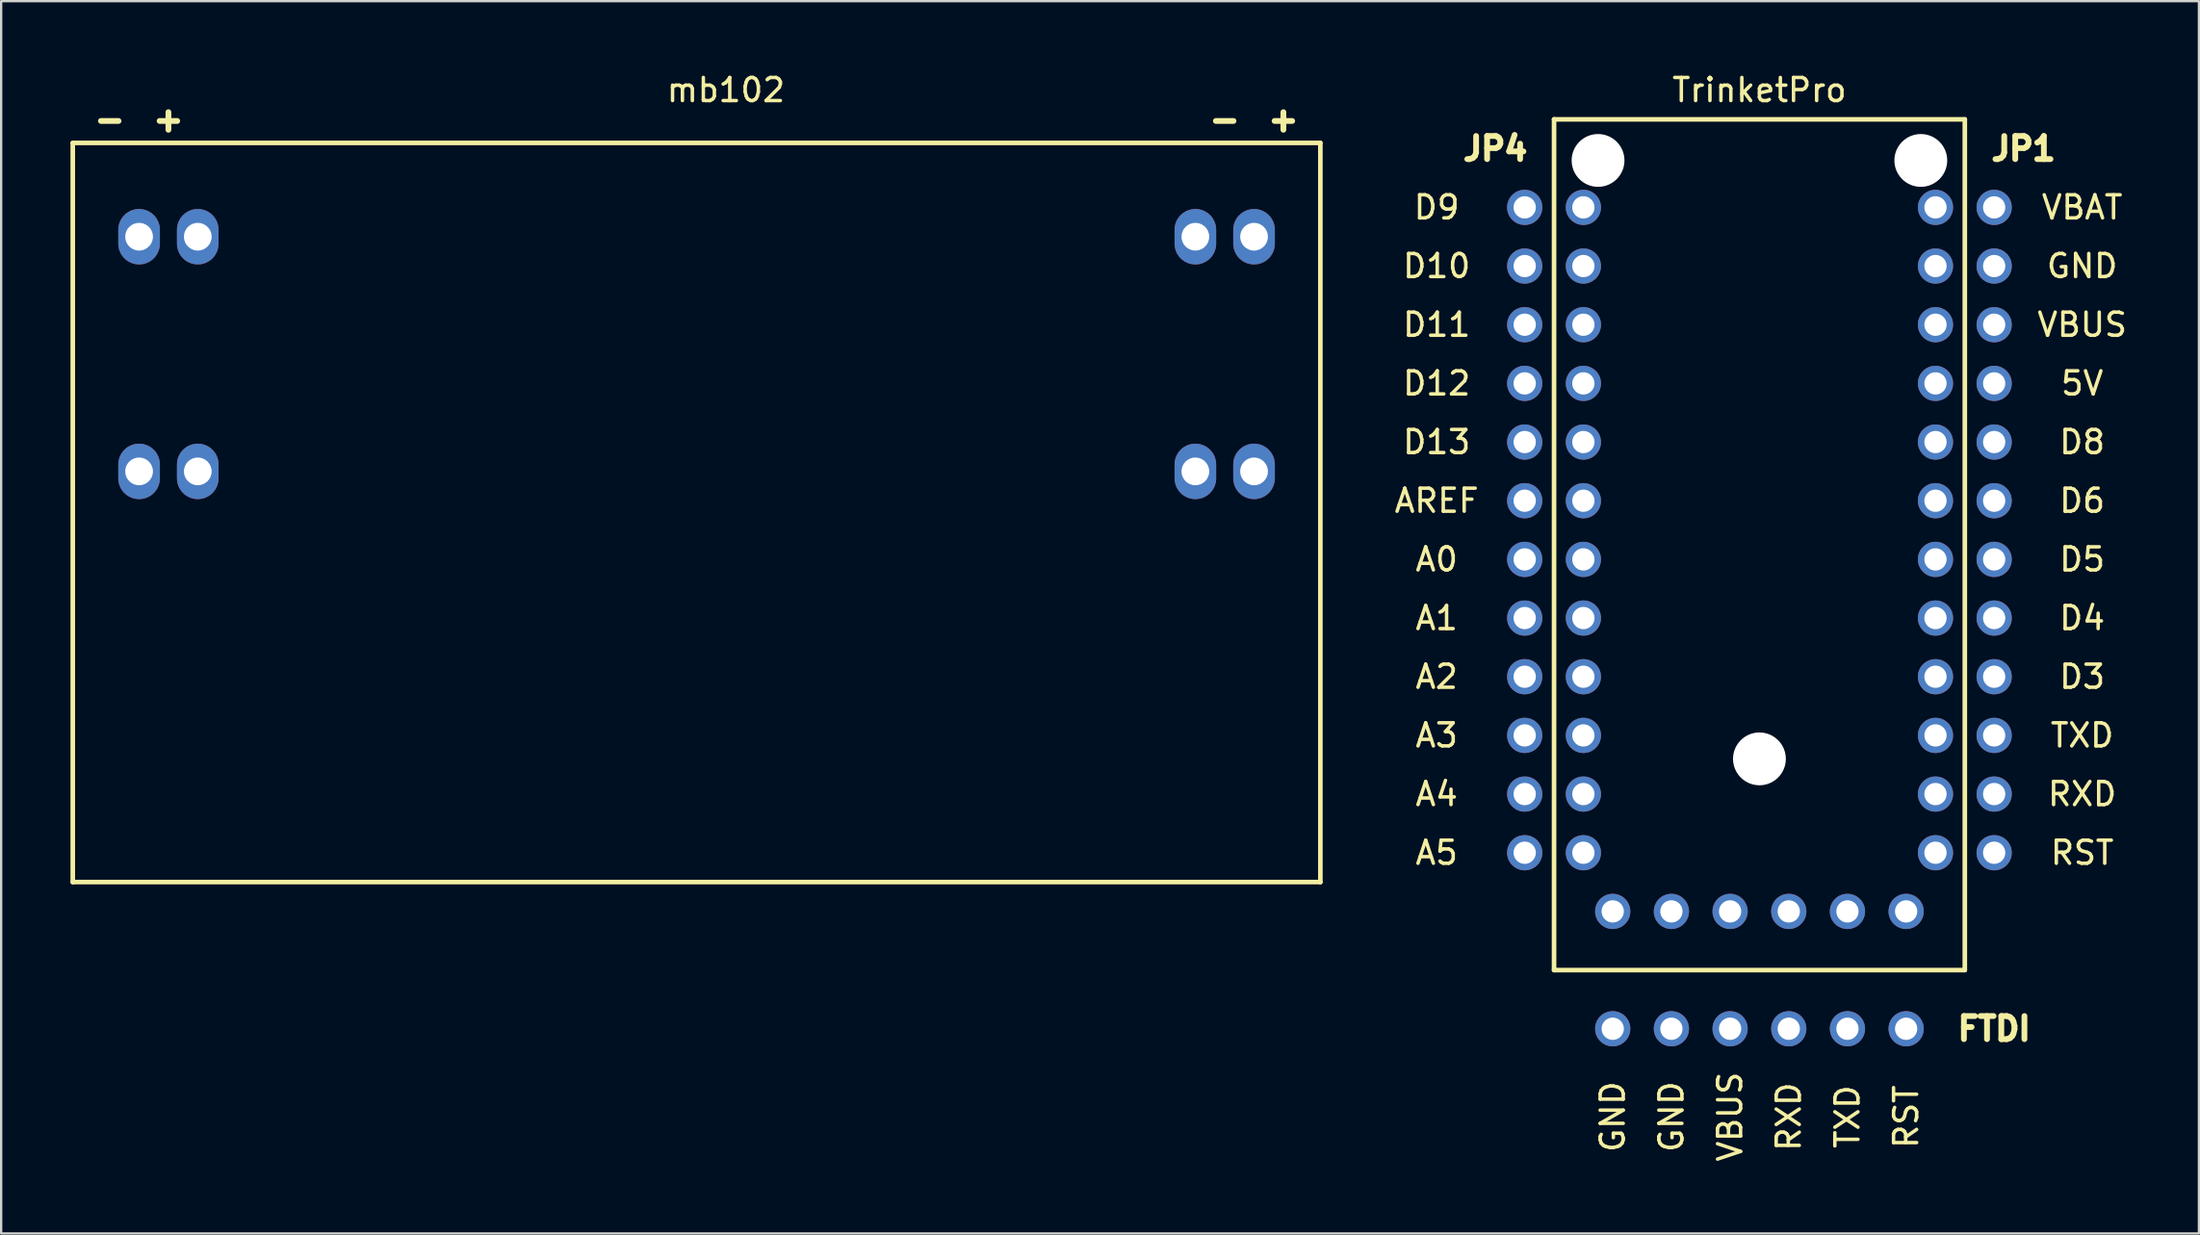
<source format=kicad_pcb>
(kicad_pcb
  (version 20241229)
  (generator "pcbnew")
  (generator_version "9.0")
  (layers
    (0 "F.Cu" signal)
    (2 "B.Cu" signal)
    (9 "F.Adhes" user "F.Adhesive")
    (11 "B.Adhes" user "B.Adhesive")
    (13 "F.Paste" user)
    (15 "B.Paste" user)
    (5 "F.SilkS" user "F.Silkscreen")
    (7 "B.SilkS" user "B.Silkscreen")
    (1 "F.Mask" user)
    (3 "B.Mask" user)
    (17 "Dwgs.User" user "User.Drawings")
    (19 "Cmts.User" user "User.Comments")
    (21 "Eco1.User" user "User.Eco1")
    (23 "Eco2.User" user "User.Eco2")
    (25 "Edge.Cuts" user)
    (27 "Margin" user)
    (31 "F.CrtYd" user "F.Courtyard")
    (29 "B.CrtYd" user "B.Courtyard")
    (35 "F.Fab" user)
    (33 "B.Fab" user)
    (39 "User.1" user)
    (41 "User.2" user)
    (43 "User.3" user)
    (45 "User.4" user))
  (footprint "TrinketPro"
    (layer "F.Cu")
    (at 80.725 33.868)
    (property "Reference" "TrinketPro" (at -7.62 -33.02 0) (layer "F.SilkS") (effects (font (size 1 1) (thickness 0.15))))
    (attr through_hole)
    (fp_line (start -16.51 -31.75) (end -16.51 5.08) (stroke (width 0.2) (type solid)) (layer "F.SilkS"))
    (fp_line (start -16.51 5.08) (end 1.27 5.08) (stroke (width 0.2) (type solid)) (layer "F.SilkS"))
    (fp_line (start 1.27 -31.75) (end -16.51 -31.75) (stroke (width 0.2) (type solid)) (layer "F.SilkS"))
    (fp_line (start 1.27 5.08) (end 1.27 -31.75) (stroke (width 0.2) (type solid)) (layer "F.SilkS"))
    (fp_text user "JP1" (at 3.81 -30.48 0) (layer "F.SilkS") (effects (font (size 1 1) (thickness 0.25))))
    (fp_text user "AREF" (at -21.59 -15.24 0) (layer "F.SilkS") (effects (font (size 1 1) (thickness 0.15))))
    (fp_text user "A0" (at -21.59 -12.7 0) (layer "F.SilkS") (effects (font (size 1 1) (thickness 0.15))))
    (fp_text user "VBAT" (at 6.35 -27.94 0) (layer "F.SilkS") (effects (font (size 1 1) (thickness 0.15))))
    (fp_text user "JP4" (at -19.05 -30.48 0) (layer "F.SilkS") (effects (font (size 1 1) (thickness 0.25))))
    (fp_text user "D9" (at -21.59 -27.94 0) (layer "F.SilkS") (effects (font (size 1 1) (thickness 0.15))))
    (fp_text user "RXD" (at 6.35 -2.54 0) (layer "F.SilkS") (effects (font (size 1 1) (thickness 0.15))))
    (fp_text user "A2" (at -21.59 -7.62 0) (layer "F.SilkS") (effects (font (size 1 1) (thickness 0.15))))
    (fp_text user "D8" (at 6.35 -17.78 0) (layer "F.SilkS") (effects (font (size 1 1) (thickness 0.15))))
    (fp_text user "FTDI" (at 2.54 7.62 0) (layer "F.SilkS") (effects (font (size 1 1) (thickness 0.25))))
    (fp_text user "D11" (at -21.59 -22.86 0) (layer "F.SilkS") (effects (font (size 1 1) (thickness 0.15))))
    (fp_text user "GND" (at -13.97 11.43 90) (layer "F.SilkS") (effects (font (size 1 1) (thickness 0.15))))
    (fp_text user "A5" (at -21.59 0 0) (layer "F.SilkS") (effects (font (size 1 1) (thickness 0.15))))
    (fp_text user "D3" (at 6.35 -7.62 0) (layer "F.SilkS") (effects (font (size 1 1) (thickness 0.15))))
    (fp_text user "RST" (at -1.27 11.43 90) (layer "F.SilkS") (effects (font (size 1 1) (thickness 0.15))))
    (fp_text user "GND" (at -11.43 11.43 90) (layer "F.SilkS") (effects (font (size 1 1) (thickness 0.15))))
    (fp_text user "RXD" (at -6.35 11.43 90) (layer "F.SilkS") (effects (font (size 1 1) (thickness 0.15))))
    (fp_text user "VBUS" (at -8.89 11.43 90) (layer "F.SilkS") (effects (font (size 1 1) (thickness 0.15))))
    (fp_text user "TXD" (at -3.81 11.43 90) (layer "F.SilkS") (effects (font (size 1 1) (thickness 0.15))))
    (fp_text user "D10" (at -21.59 -25.4 0) (layer "F.SilkS") (effects (font (size 1 1) (thickness 0.15))))
    (fp_text user "VBUS" (at 6.35 -22.86 0) (layer "F.SilkS") (effects (font (size 1 1) (thickness 0.15))))
    (fp_text user "A4" (at -21.59 -2.54 0) (layer "F.SilkS") (effects (font (size 1 1) (thickness 0.15))))
    (fp_text user "D4" (at 6.35 -10.16 0) (layer "F.SilkS") (effects (font (size 1 1) (thickness 0.15))))
    (fp_text user "A1" (at -21.59 -10.16 0) (layer "F.SilkS") (effects (font (size 1 1) (thickness 0.15))))
    (fp_text user "GND" (at 6.35 -25.4 0) (layer "F.SilkS") (effects (font (size 1 1) (thickness 0.15))))
    (fp_text user "D13" (at -21.59 -17.78 0) (layer "F.SilkS") (effects (font (size 1 1) (thickness 0.15))))
    (fp_text user "D12" (at -21.59 -20.32 0) (layer "F.SilkS") (effects (font (size 1 1) (thickness 0.15))))
    (fp_text user "D6" (at 6.35 -15.24 0) (layer "F.SilkS") (effects (font (size 1 1) (thickness 0.15))))
    (fp_text user "RST" (at 6.35 0 0) (layer "F.SilkS") (effects (font (size 1 1) (thickness 0.15))))
    (fp_text user "D5" (at 6.35 -12.7 0) (layer "F.SilkS") (effects (font (size 1 1) (thickness 0.15))))
    (fp_text user "TXD" (at 6.35 -5.08 0) (layer "F.SilkS") (effects (font (size 1 1) (thickness 0.15))))
    (fp_text user "5V" (at 6.35 -20.32 0) (layer "F.SilkS") (effects (font (size 1 1) (thickness 0.15))))
    (fp_text user "A3" (at -21.59 -5.08 0) (layer "F.SilkS") (effects (font (size 1 1) (thickness 0.15))))
    (pad "" np_thru_hole circle (at -14.605 -29.972) (size 2.286 2.286) (drill 2.286) (layers "*.Cu" "*.Mask"))
    (pad "" np_thru_hole circle (at -7.62 -4.064) (size 2.286 2.286) (drill 2.286) (layers "*.Cu" "*.Mask"))
    (pad "" np_thru_hole circle (at -0.635 -29.972) (size 2.286 2.286) (drill 2.286) (layers "*.Cu" "*.Mask"))
    (pad "1" thru_hole circle (at -17.78 0) (size 1.524 1.524) (drill 0.965) (layers "*.Cu" "*.Mask"))
    (pad "1" thru_hole circle (at -15.24 0) (size 1.524 1.524) (drill 0.965) (layers "*.Cu" "*.Mask"))
    (pad "1" thru_hole circle (at -13.97 2.54) (size 1.524 1.524) (drill 0.965) (layers "*.Cu" "*.Mask"))
    (pad "1" thru_hole circle (at -13.97 7.62) (size 1.524 1.524) (drill 0.965) (layers "*.Cu" "*.Mask"))
    (pad "1" thru_hole circle (at 0 0) (size 1.524 1.524) (drill 0.965) (layers "*.Cu" "*.Mask"))
    (pad "1" thru_hole circle (at 2.54 0) (size 1.524 1.524) (drill 0.965) (layers "*.Cu" "*.Mask"))
    (pad "2" thru_hole circle (at -17.78 -2.54) (size 1.524 1.524) (drill 0.965) (layers "*.Cu" "*.Mask"))
    (pad "2" thru_hole circle (at -15.24 -2.54) (size 1.524 1.524) (drill 0.965) (layers "*.Cu" "*.Mask"))
    (pad "2" thru_hole circle (at -11.43 2.54) (size 1.524 1.524) (drill 0.965) (layers "*.Cu" "*.Mask"))
    (pad "2" thru_hole circle (at -11.43 7.62) (size 1.524 1.524) (drill 0.965) (layers "*.Cu" "*.Mask"))
    (pad "2" thru_hole circle (at 0 -2.54) (size 1.524 1.524) (drill 0.965) (layers "*.Cu" "*.Mask"))
    (pad "2" thru_hole circle (at 2.54 -2.54) (size 1.524 1.524) (drill 0.965) (layers "*.Cu" "*.Mask"))
    (pad "3" thru_hole circle (at -17.78 -5.08) (size 1.524 1.524) (drill 0.965) (layers "*.Cu" "*.Mask"))
    (pad "3" thru_hole circle (at -15.24 -5.08) (size 1.524 1.524) (drill 0.965) (layers "*.Cu" "*.Mask"))
    (pad "3" thru_hole circle (at -8.89 2.54) (size 1.524 1.524) (drill 0.965) (layers "*.Cu" "*.Mask"))
    (pad "3" thru_hole circle (at -8.89 7.62) (size 1.524 1.524) (drill 0.965) (layers "*.Cu" "*.Mask"))
    (pad "3" thru_hole circle (at 0 -5.08) (size 1.524 1.524) (drill 0.965) (layers "*.Cu" "*.Mask"))
    (pad "3" thru_hole circle (at 2.54 -5.08) (size 1.524 1.524) (drill 0.965) (layers "*.Cu" "*.Mask"))
    (pad "4" thru_hole circle (at -17.78 -7.62) (size 1.524 1.524) (drill 0.965) (layers "*.Cu" "*.Mask"))
    (pad "4" thru_hole circle (at -15.24 -7.62) (size 1.524 1.524) (drill 0.965) (layers "*.Cu" "*.Mask"))
    (pad "4" thru_hole circle (at -6.35 2.54) (size 1.524 1.524) (drill 0.965) (layers "*.Cu" "*.Mask"))
    (pad "4" thru_hole circle (at -6.35 7.62) (size 1.524 1.524) (drill 0.965) (layers "*.Cu" "*.Mask"))
    (pad "4" thru_hole circle (at 0 -7.62) (size 1.524 1.524) (drill 0.965) (layers "*.Cu" "*.Mask"))
    (pad "4" thru_hole circle (at 2.54 -7.62) (size 1.524 1.524) (drill 0.965) (layers "*.Cu" "*.Mask"))
    (pad "5" thru_hole circle (at -17.78 -10.16) (size 1.524 1.524) (drill 0.965) (layers "*.Cu" "*.Mask"))
    (pad "5" thru_hole circle (at -15.24 -10.16) (size 1.524 1.524) (drill 0.965) (layers "*.Cu" "*.Mask"))
    (pad "5" thru_hole circle (at -3.81 2.54) (size 1.524 1.524) (drill 0.965) (layers "*.Cu" "*.Mask"))
    (pad "5" thru_hole circle (at -3.81 7.62) (size 1.524 1.524) (drill 0.965) (layers "*.Cu" "*.Mask"))
    (pad "5" thru_hole circle (at 0 -10.16) (size 1.524 1.524) (drill 0.965) (layers "*.Cu" "*.Mask"))
    (pad "5" thru_hole circle (at 2.54 -10.16) (size 1.524 1.524) (drill 0.965) (layers "*.Cu" "*.Mask"))
    (pad "6" thru_hole circle (at -17.78 -12.7) (size 1.524 1.524) (drill 0.965) (layers "*.Cu" "*.Mask"))
    (pad "6" thru_hole circle (at -15.24 -12.7) (size 1.524 1.524) (drill 0.965) (layers "*.Cu" "*.Mask"))
    (pad "6" thru_hole circle (at -1.27 2.54) (size 1.524 1.524) (drill 0.965) (layers "*.Cu" "*.Mask"))
    (pad "6" thru_hole circle (at -1.27 7.62) (size 1.524 1.524) (drill 0.965) (layers "*.Cu" "*.Mask"))
    (pad "6" thru_hole circle (at 0 -12.7) (size 1.524 1.524) (drill 0.965) (layers "*.Cu" "*.Mask"))
    (pad "6" thru_hole circle (at 2.54 -12.7) (size 1.524 1.524) (drill 0.965) (layers "*.Cu" "*.Mask"))
    (pad "7" thru_hole circle (at -17.78 -15.24) (size 1.524 1.524) (drill 0.965) (layers "*.Cu" "*.Mask"))
    (pad "7" thru_hole circle (at -15.24 -15.24) (size 1.524 1.524) (drill 0.965) (layers "*.Cu" "*.Mask"))
    (pad "7" thru_hole circle (at 0 -15.24) (size 1.524 1.524) (drill 0.965) (layers "*.Cu" "*.Mask"))
    (pad "7" thru_hole circle (at 2.54 -15.24) (size 1.524 1.524) (drill 0.965) (layers "*.Cu" "*.Mask"))
    (pad "8" thru_hole circle (at -17.78 -17.78) (size 1.524 1.524) (drill 0.965) (layers "*.Cu" "*.Mask"))
    (pad "8" thru_hole circle (at -15.24 -17.78) (size 1.524 1.524) (drill 0.965) (layers "*.Cu" "*.Mask"))
    (pad "8" thru_hole circle (at 0 -17.78) (size 1.524 1.524) (drill 0.965) (layers "*.Cu" "*.Mask"))
    (pad "8" thru_hole circle (at 2.54 -17.78) (size 1.524 1.524) (drill 0.965) (layers "*.Cu" "*.Mask"))
    (pad "9" thru_hole circle (at -17.78 -20.32) (size 1.524 1.524) (drill 0.965) (layers "*.Cu" "*.Mask"))
    (pad "9" thru_hole circle (at -15.24 -20.32) (size 1.524 1.524) (drill 0.965) (layers "*.Cu" "*.Mask"))
    (pad "9" thru_hole circle (at 0 -20.32) (size 1.524 1.524) (drill 0.965) (layers "*.Cu" "*.Mask"))
    (pad "9" thru_hole circle (at 2.54 -20.32) (size 1.524 1.524) (drill 0.965) (layers "*.Cu" "*.Mask"))
    (pad "10" thru_hole circle (at -17.78 -22.86) (size 1.524 1.524) (drill 0.965) (layers "*.Cu" "*.Mask"))
    (pad "10" thru_hole circle (at -15.24 -22.86) (size 1.524 1.524) (drill 0.965) (layers "*.Cu" "*.Mask"))
    (pad "10" thru_hole circle (at 0 -22.86) (size 1.524 1.524) (drill 0.965) (layers "*.Cu" "*.Mask"))
    (pad "10" thru_hole circle (at 2.54 -22.86) (size 1.524 1.524) (drill 0.965) (layers "*.Cu" "*.Mask"))
    (pad "11" thru_hole circle (at -17.78 -25.4) (size 1.524 1.524) (drill 0.965) (layers "*.Cu" "*.Mask"))
    (pad "11" thru_hole circle (at -15.24 -25.4) (size 1.524 1.524) (drill 0.965) (layers "*.Cu" "*.Mask"))
    (pad "11" thru_hole circle (at 0 -25.4) (size 1.524 1.524) (drill 0.965) (layers "*.Cu" "*.Mask"))
    (pad "11" thru_hole circle (at 2.54 -25.4) (size 1.524 1.524) (drill 0.965) (layers "*.Cu" "*.Mask"))
    (pad "12" thru_hole circle (at -17.78 -27.94) (size 1.524 1.524) (drill 0.965) (layers "*.Cu" "*.Mask"))
    (pad "12" thru_hole circle (at -15.24 -27.94) (size 1.524 1.524) (drill 0.965) (layers "*.Cu" "*.Mask"))
    (pad "12" thru_hole circle (at 0 -27.94) (size 1.524 1.524) (drill 0.965) (layers "*.Cu" "*.Mask"))
    (pad "12" thru_hole circle (at 2.54 -27.94) (size 1.524 1.524) (drill 0.965) (layers "*.Cu" "*.Mask")))
  (footprint "mb102"
    (layer "F.Cu")
    (at 1.7 35.138)
    (property "Reference" "mb102" (at 26.67 -34.29 0) (layer "F.SilkS") (effects (font (size 1 1) (thickness 0.15))))
    (attr through_hole)
    (fp_line (start -1.6 -32) (end -1.6 0) (stroke (width 0.2) (type solid)) (layer "F.SilkS"))
    (fp_line (start -1.6 0) (end 52.4 0) (stroke (width 0.2) (type solid)) (layer "F.SilkS"))
    (fp_line (start 52.4 -32) (end -1.6 -32) (stroke (width 0.2) (type solid)) (layer "F.SilkS"))
    (fp_line (start 52.4 0) (end 52.4 -32) (stroke (width 0.2) (type solid)) (layer "F.SilkS"))
    (fp_text user "-" (at 0 -33.02 0) (layer "F.SilkS") (effects (font (size 1 1) (thickness 0.25))))
    (fp_text user "+" (at 50.8 -33.02 0) (layer "F.SilkS") (effects (font (size 1 1) (thickness 0.25))))
    (fp_text user "+" (at 2.54 -33.02 0) (layer "F.SilkS") (effects (font (size 1 1) (thickness 0.25))))
    (fp_text user "-" (at 48.26 -33.02 0) (layer "F.SilkS") (effects (font (size 1 1) (thickness 0.25))))
    (pad "1" thru_hole oval (at 1.27 -27.94) (size 1.8 2.4) (drill 1.2) (layers "*.Cu" "*.Mask"))
    (pad "2" thru_hole oval (at 3.81 -27.94) (size 1.8 2.4) (drill 1.2) (layers "*.Cu" "*.Mask"))
    (pad "3" thru_hole oval (at 1.27 -17.78) (size 1.8 2.4) (drill 1.2) (layers "*.Cu" "*.Mask"))
    (pad "4" thru_hole oval (at 3.81 -17.78) (size 1.8 2.4) (drill 1.2) (layers "*.Cu" "*.Mask"))
    (pad "5" thru_hole oval (at 46.99 -27.94) (size 1.8 2.4) (drill 1.2) (layers "*.Cu" "*.Mask"))
    (pad "6" thru_hole oval (at 49.53 -27.94) (size 1.8 2.4) (drill 1.2) (layers "*.Cu" "*.Mask"))
    (pad "7" thru_hole oval (at 46.99 -17.78) (size 1.8 2.4) (drill 1.2) (layers "*.Cu" "*.Mask"))
    (pad "8" thru_hole oval (at 49.53 -17.78) (size 1.8 2.4) (drill 1.2) (layers "*.Cu" "*.Mask")))
  (gr_rect
    (start -3 -3)
    (end 92.128 50.352)
    (stroke (width 0.1) (type default))
    (fill no)
    (layer "Edge.Cuts")))
</source>
